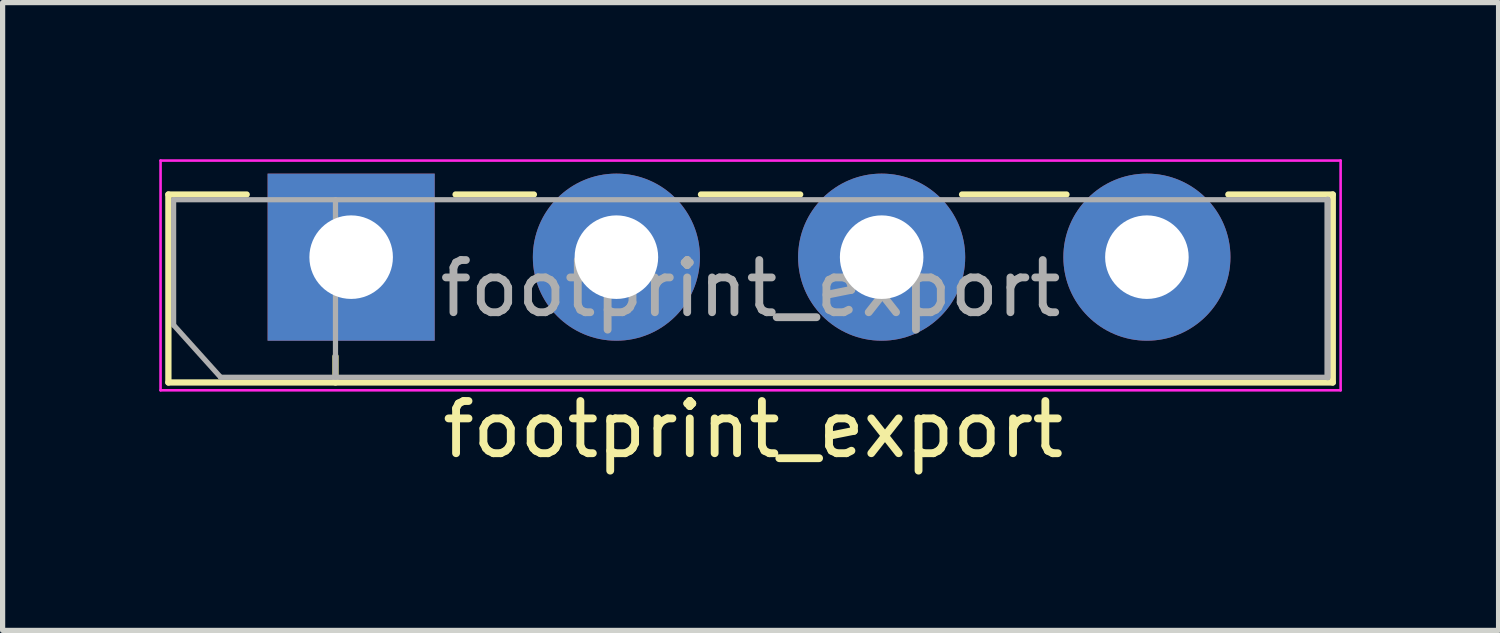
<source format=kicad_pcb>
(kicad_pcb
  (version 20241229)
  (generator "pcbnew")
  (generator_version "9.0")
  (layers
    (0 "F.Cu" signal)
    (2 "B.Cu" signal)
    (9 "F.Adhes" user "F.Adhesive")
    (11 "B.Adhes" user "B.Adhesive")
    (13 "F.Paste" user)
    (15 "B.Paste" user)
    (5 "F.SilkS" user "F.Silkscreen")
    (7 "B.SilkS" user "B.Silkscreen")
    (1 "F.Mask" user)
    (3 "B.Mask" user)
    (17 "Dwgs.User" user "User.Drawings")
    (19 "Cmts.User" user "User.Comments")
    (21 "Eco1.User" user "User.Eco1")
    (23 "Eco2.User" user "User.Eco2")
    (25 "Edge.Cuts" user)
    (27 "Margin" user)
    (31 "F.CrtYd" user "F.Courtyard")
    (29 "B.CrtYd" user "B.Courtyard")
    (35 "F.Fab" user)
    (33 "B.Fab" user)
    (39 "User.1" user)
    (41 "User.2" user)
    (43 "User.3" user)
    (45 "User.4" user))
  (footprint "footprint_export"
    (layer "F.Cu")
    (at 3.675 1.875)
    (property "Reference" "footprint_export" (at 7.7 3.3 180) (layer "F.SilkS") (effects (font (size 1 1) (thickness 0.15))))
    (attr through_hole)
    (fp_line (start -3.5 -1.2) (end -2 -1.2) (stroke (width 0.12) (type solid)) (layer "F.SilkS"))
    (fp_line (start -3.5 2.4) (end -3.5 -1.2) (stroke (width 0.12) (type solid)) (layer "F.SilkS"))
    (fp_line (start -0.3 2.4) (end -0.3 1.9) (stroke (width 0.12) (type solid)) (layer "F.SilkS"))
    (fp_line (start 2 -1.2) (end 3.5 -1.2) (stroke (width 0.12) (type solid)) (layer "F.SilkS"))
    (fp_line (start 6.7 -1.2) (end 8.6 -1.2) (stroke (width 0.12) (type solid)) (layer "F.SilkS"))
    (fp_line (start 11.7 -1.2) (end 13.7 -1.2) (stroke (width 0.12) (type solid)) (layer "F.SilkS"))
    (fp_line (start 16.8 -1.2) (end 18.8 -1.2) (stroke (width 0.12) (type solid)) (layer "F.SilkS"))
    (fp_line (start 18.8 -1.2) (end 18.8 2.4) (stroke (width 0.12) (type solid)) (layer "F.SilkS"))
    (fp_line (start 18.8 2.4) (end -3.5 2.4) (stroke (width 0.12) (type solid)) (layer "F.SilkS"))
    (fp_line (start -3.65 2.55) (end -3.65 -1.85) (stroke (width 0.05) (type solid)) (layer "F.CrtYd"))
    (fp_line (start -3.65 2.55) (end 18.95 2.55) (stroke (width 0.05) (type solid)) (layer "F.CrtYd"))
    (fp_line (start 18.95 -1.85) (end -3.65 -1.85) (stroke (width 0.05) (type solid)) (layer "F.CrtYd"))
    (fp_line (start 18.95 -1.85) (end 18.95 2.55) (stroke (width 0.05) (type solid)) (layer "F.CrtYd"))
    (fp_line (start -3.4 -1.1) (end 18.7 -1.1) (stroke (width 0.1) (type solid)) (layer "F.Fab"))
    (fp_line (start -3.4 1.3) (end -3.4 -1.1) (stroke (width 0.1) (type solid)) (layer "F.Fab"))
    (fp_line (start -2.5 2.3) (end -3.4 1.3) (stroke (width 0.1) (type solid)) (layer "F.Fab"))
    (fp_line (start -0.3 2.3) (end -0.3 -1.1) (stroke (width 0.1) (type solid)) (layer "F.Fab"))
    (fp_line (start 18.7 -1.1) (end 18.7 2.3) (stroke (width 0.12) (type solid)) (layer "F.Fab"))
    (fp_line (start 18.7 2.3) (end -2.5 2.3) (stroke (width 0.1) (type solid)) (layer "F.Fab"))
    (fp_text user "${REFERENCE}" (at 7.65 0.6 180) (layer "F.Fab") (effects (font (size 1 1) (thickness 0.15))))
    (pad "1" thru_hole rect (at 0 0) (size 3.2 3.2) (drill 1.6) (layers "*.Cu" "*.Mask"))
    (pad "2" thru_hole circle (at 5.08 0) (size 3.2 3.2) (drill 1.6) (layers "*.Cu" "*.Mask"))
    (pad "3" thru_hole circle (at 10.16 0) (size 3.2 3.2) (drill 1.6) (layers "*.Cu" "*.Mask"))
    (pad "4" thru_hole circle (at 15.24 0) (size 3.2 3.2) (drill 1.6) (layers "*.Cu" "*.Mask")))
  (gr_rect
    (start -3 -3)
    (end 25.65 9.023)
    (stroke (width 0.1) (type default))
    (fill no)
    (layer "Edge.Cuts")))
</source>
